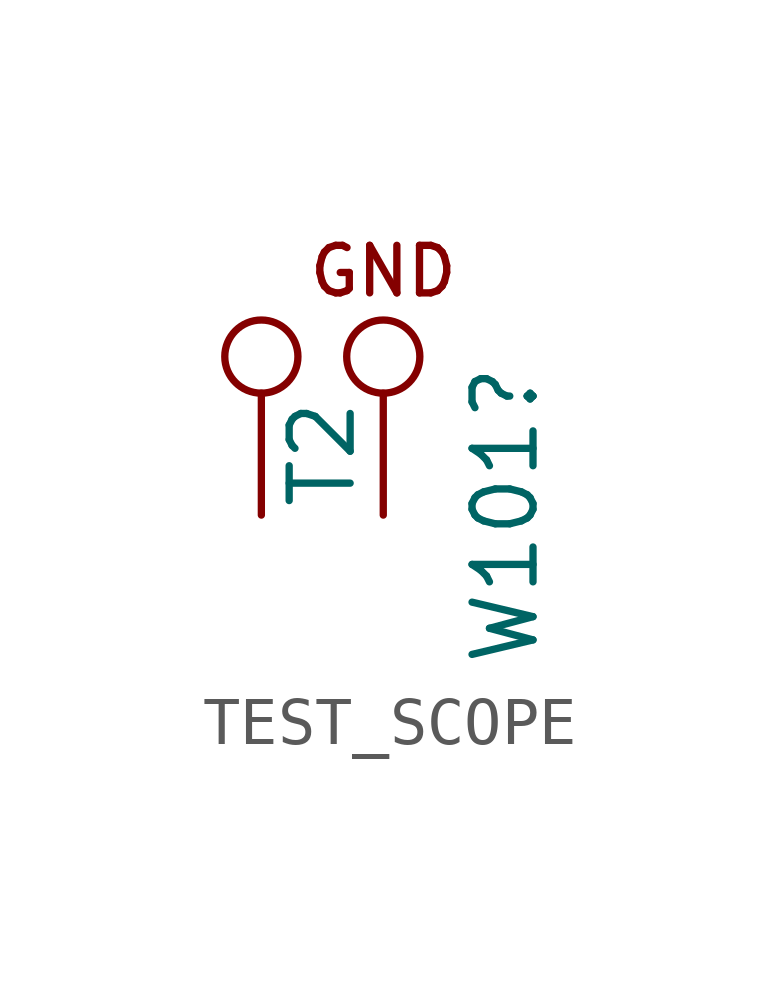
<source format=kicad_sym>
(kicad_symbol_lib
  (version 20241209)
  (generator "kicad_symbol_editor")
  (generator_version "9.0")
  (symbol "TEST_SCOPE"
    (pin_numbers
      (hide yes))
    (pin_names
      (offset 0.762)
      (hide yes))
    (property "Reference" "W101"
      (at 5.08 0 90)
      (effects (font (size 1.27 1.27))))
    (property "Value" "T2"
      (at 1.27 1.27 90)
      (effects (font (size 1.27 1.27))))
    (symbol "TEST_SCOPE_0_0"
      (text "GND" (at 2.54 5.08 0) (effects (font (size 0.991 0.991)))))
    (symbol "TEST_SCOPE_0_1"
      (circle (center 0 3.302) (radius 0.762) (stroke (width 0) (type default)) (fill (type none)))
      (circle (center 2.54 3.302) (radius 0.762) (stroke (width 0) (type default)) (fill (type none))))
    (symbol "TEST_SCOPE_1_1"
      (pin passive line (at 0 0 90) (length 2.54) (name "1" (effects (font (size 1.27 1.27)))) (number "1" (effects (font (size 1.27 1.27)))))
      (pin input line (at 2.54 0 90) (length 2.54) (name "GND" (effects (font (size 1.27 1.27)))) (number "2" (effects (font (size 1.27 1.27))))))))
</source>
